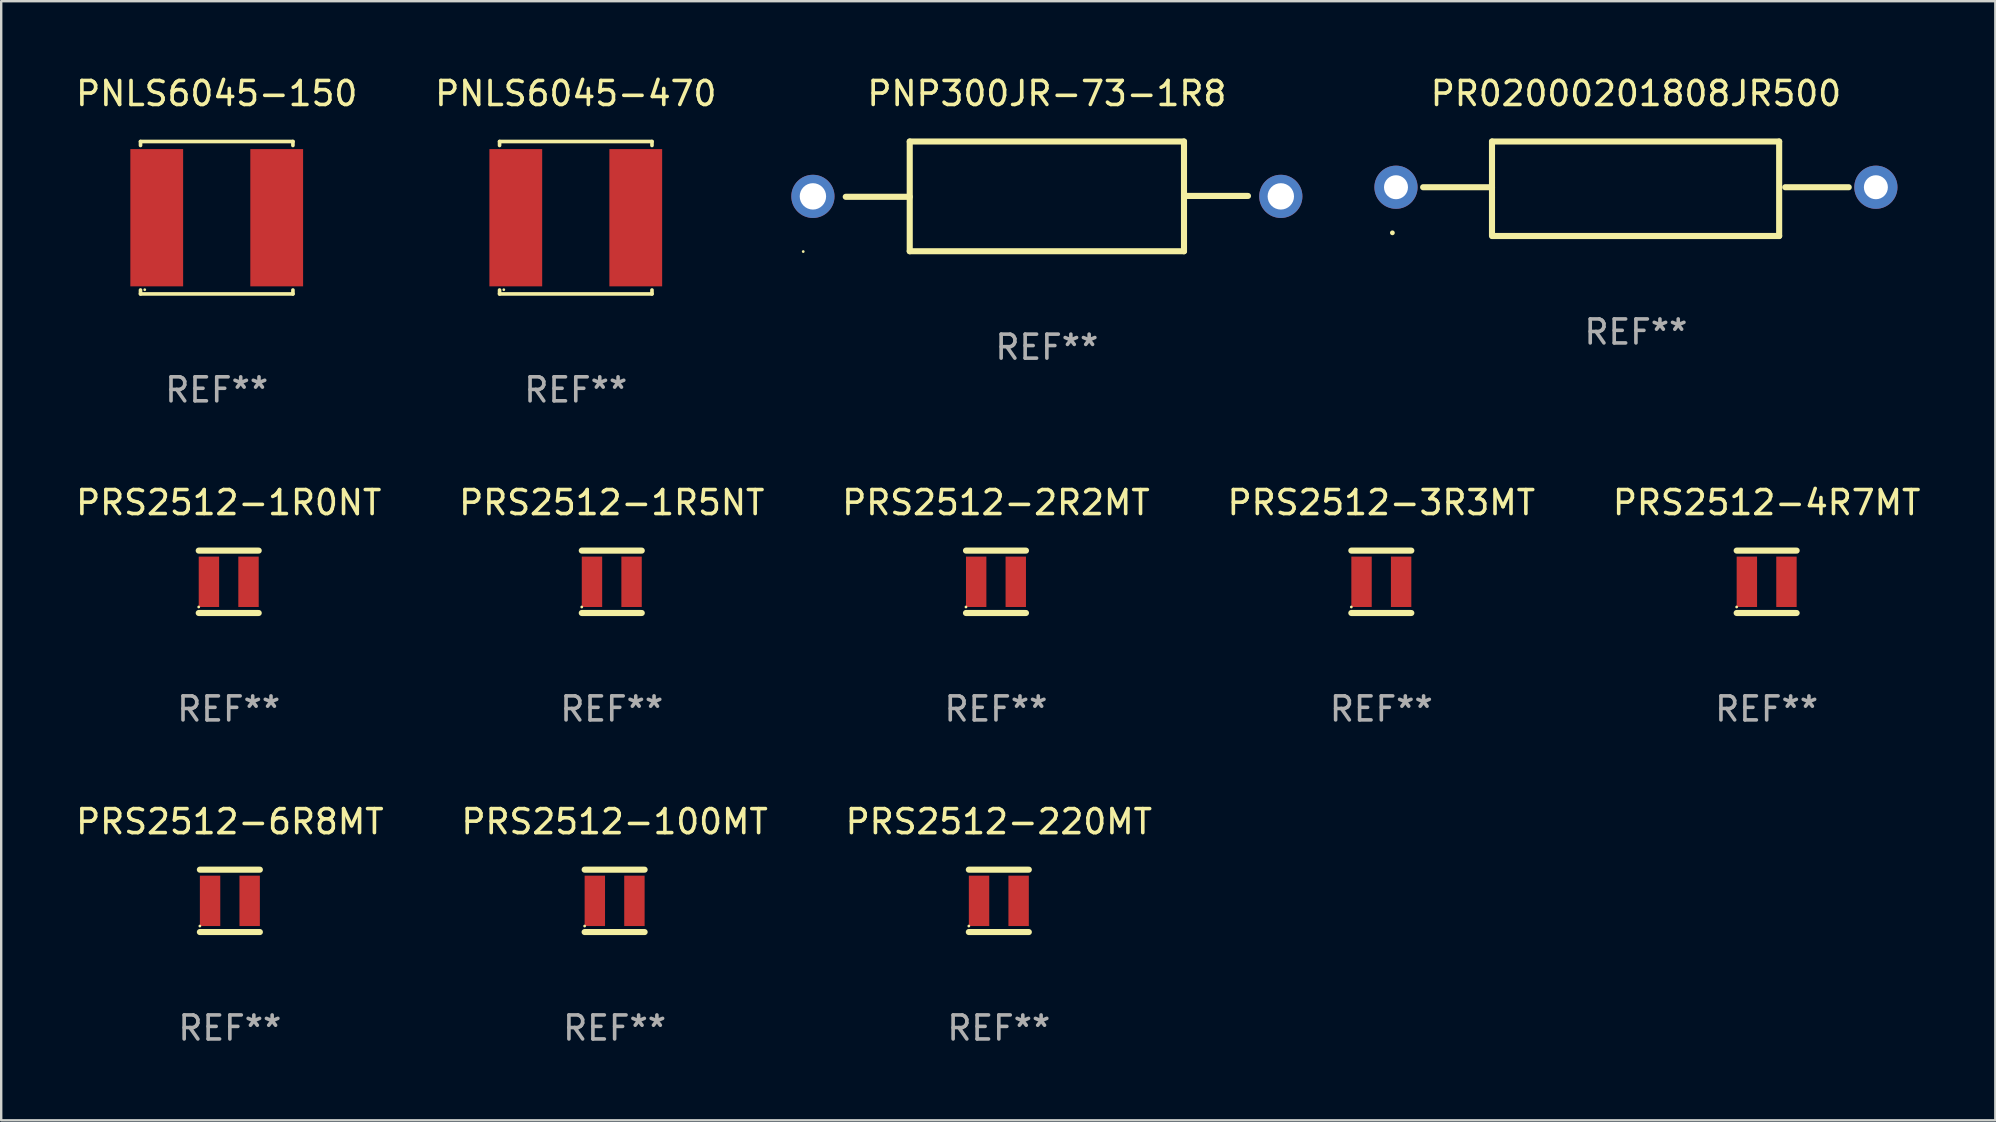
<source format=kicad_pcb>
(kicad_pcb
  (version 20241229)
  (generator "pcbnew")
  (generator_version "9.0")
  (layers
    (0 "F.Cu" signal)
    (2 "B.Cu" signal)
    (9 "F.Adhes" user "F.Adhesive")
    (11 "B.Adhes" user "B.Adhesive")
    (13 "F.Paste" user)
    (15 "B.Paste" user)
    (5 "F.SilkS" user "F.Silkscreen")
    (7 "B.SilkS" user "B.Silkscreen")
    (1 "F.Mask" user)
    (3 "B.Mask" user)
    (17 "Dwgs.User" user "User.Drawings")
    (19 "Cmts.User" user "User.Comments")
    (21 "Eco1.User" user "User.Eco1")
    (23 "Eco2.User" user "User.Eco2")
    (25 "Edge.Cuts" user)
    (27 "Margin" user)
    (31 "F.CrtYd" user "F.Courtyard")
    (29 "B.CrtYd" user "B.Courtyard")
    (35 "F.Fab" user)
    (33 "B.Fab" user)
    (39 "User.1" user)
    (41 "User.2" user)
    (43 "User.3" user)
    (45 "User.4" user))
  (footprint "PNP300JR-73-1R8"
    (layer "F.Cu")
    (at 40.579 5.134)
    (property "Reference" "PNP300JR-73-1R8" (at 0 -4.286 0) (layer "F.SilkS") (effects (font (size 1 1) (thickness 0.15))))
    (attr through_hole)
    (fp_line (start -5.715 -2.286) (end -5.715 2.286) (stroke (width 0.254) (type solid)) (layer "F.SilkS"))
    (fp_line (start -5.715 0.018) (end -8.382 0.018) (stroke (width 0.254) (type solid)) (layer "F.SilkS"))
    (fp_line (start -5.715 2.286) (end 5.715 2.286) (stroke (width 0.254) (type solid)) (layer "F.SilkS"))
    (fp_line (start 5.715 -2.286) (end -5.715 -2.286) (stroke (width 0.254) (type solid)) (layer "F.SilkS"))
    (fp_line (start 5.715 -0.018) (end 8.382 -0.018) (stroke (width 0.254) (type solid)) (layer "F.SilkS"))
    (fp_line (start 5.715 2.286) (end 5.715 -2.286) (stroke (width 0.254) (type solid)) (layer "F.SilkS"))
    (fp_circle (center -10.154 2.3) (end -10.124 2.3) (stroke (width 0.06) (type solid)) (fill no) (layer "F.SilkS"))
    (fp_text user "REF**" (at 0 6.286 0) (layer "F.Fab") (effects (font (size 1 1) (thickness 0.15))))
    (pad "1" thru_hole circle (at -9.75 0) (size 1.8 1.8) (drill 1.1) (layers "*.Cu" "*.Mask"))
    (pad "2" thru_hole circle (at 9.75 0) (size 1.8 1.8) (drill 1.1) (layers "*.Cu" "*.Mask")))
  (footprint "PNLS6045-470"
    (layer "F.Cu")
    (at 20.946 6.024)
    (property "Reference" "PNLS6045-470" (at 0 -5.176 0) (layer "F.SilkS") (effects (font (size 1 1) (thickness 0.15))))
    (attr through_hole)
    (fp_line (start -3.176 -3.176) (end 3.176 -3.176) (stroke (width 0.152) (type solid)) (layer "F.SilkS"))
    (fp_line (start -3.176 -3.012) (end -3.176 -3.176) (stroke (width 0.152) (type solid)) (layer "F.SilkS"))
    (fp_line (start -3.176 3.012) (end -3.176 3.176) (stroke (width 0.152) (type solid)) (layer "F.SilkS"))
    (fp_line (start -3.176 3.176) (end 3.176 3.176) (stroke (width 0.152) (type solid)) (layer "F.SilkS"))
    (fp_line (start 3.176 -3.176) (end 3.176 -3.012) (stroke (width 0.152) (type solid)) (layer "F.SilkS"))
    (fp_line (start 3.176 3.176) (end 3.176 3.012) (stroke (width 0.152) (type solid)) (layer "F.SilkS"))
    (fp_circle (center -3 3) (end -2.97 3) (stroke (width 0.06) (type solid)) (fill no) (layer "F.SilkS"))
    (fp_text user "REF**" (at 0 7.176 0) (layer "F.Fab") (effects (font (size 1 1) (thickness 0.15))))
    (pad "1" smd rect (at -2.5 0) (size 2.2 5.72) (layers "F.Cu" "F.Mask" "F.Paste"))
    (pad "2" smd rect (at 2.5 0) (size 2.2 5.72) (layers "F.Cu" "F.Mask" "F.Paste")))
  (footprint "PRS2512-2R2MT"
    (layer "F.Cu")
    (at 38.458 21.197)
    (property "Reference" "PRS2512-2R2MT" (at 0 -3.3 0) (layer "F.SilkS") (effects (font (size 1 1) (thickness 0.15))))
    (attr through_hole)
    (fp_line (start -1.25 -1.3) (end 1.25 -1.3) (stroke (width 0.254) (type solid)) (layer "F.SilkS"))
    (fp_line (start -1.25 1.3) (end 1.25 1.3) (stroke (width 0.254) (type solid)) (layer "F.SilkS"))
    (fp_circle (center -1.25 1.05) (end -1.22 1.05) (stroke (width 0.06) (type solid)) (fill no) (layer "F.SilkS"))
    (fp_text user "REF**" (at 0 5.3 0) (layer "F.Fab") (effects (font (size 1 1) (thickness 0.15))))
    (pad "1" smd rect (at -0.825 0 90) (size 2.1 0.85) (layers "F.Cu" "F.Mask" "F.Paste"))
    (pad "2" smd rect (at 0.825 0 90) (size 2.1 0.85) (layers "F.Cu" "F.Mask" "F.Paste")))
  (footprint "PRS2512-6R8MT"
    (layer "F.Cu")
    (at 6.53 34.494)
    (property "Reference" "PRS2512-6R8MT" (at 0 -3.3 0) (layer "F.SilkS") (effects (font (size 1 1) (thickness 0.15))))
    (attr through_hole)
    (fp_line (start -1.25 -1.3) (end 1.25 -1.3) (stroke (width 0.254) (type solid)) (layer "F.SilkS"))
    (fp_line (start -1.25 1.3) (end 1.25 1.3) (stroke (width 0.254) (type solid)) (layer "F.SilkS"))
    (fp_circle (center -1.25 1.05) (end -1.22 1.05) (stroke (width 0.06) (type solid)) (fill no) (layer "F.SilkS"))
    (fp_text user "REF**" (at 0 5.3 0) (layer "F.Fab") (effects (font (size 1 1) (thickness 0.15))))
    (pad "1" smd rect (at -0.825 0 90) (size 2.1 0.85) (layers "F.Cu" "F.Mask" "F.Paste"))
    (pad "2" smd rect (at 0.825 0 90) (size 2.1 0.85) (layers "F.Cu" "F.Mask" "F.Paste")))
  (footprint "PRS2512-3R3MT"
    (layer "F.Cu")
    (at 54.518 21.197)
    (property "Reference" "PRS2512-3R3MT" (at 0 -3.3 0) (layer "F.SilkS") (effects (font (size 1 1) (thickness 0.15))))
    (attr through_hole)
    (fp_line (start -1.25 -1.3) (end 1.25 -1.3) (stroke (width 0.254) (type solid)) (layer "F.SilkS"))
    (fp_line (start -1.25 1.3) (end 1.25 1.3) (stroke (width 0.254) (type solid)) (layer "F.SilkS"))
    (fp_circle (center -1.25 1.05) (end -1.22 1.05) (stroke (width 0.06) (type solid)) (fill no) (layer "F.SilkS"))
    (fp_text user "REF**" (at 0 5.3 0) (layer "F.Fab") (effects (font (size 1 1) (thickness 0.15))))
    (pad "1" smd rect (at -0.825 0 90) (size 2.1 0.85) (layers "F.Cu" "F.Mask" "F.Paste"))
    (pad "2" smd rect (at 0.825 0 90) (size 2.1 0.85) (layers "F.Cu" "F.Mask" "F.Paste")))
  (footprint "PRS2512-220MT"
    (layer "F.Cu")
    (at 38.577 34.494)
    (property "Reference" "PRS2512-220MT" (at 0 -3.3 0) (layer "F.SilkS") (effects (font (size 1 1) (thickness 0.15))))
    (attr through_hole)
    (fp_line (start -1.25 -1.3) (end 1.25 -1.3) (stroke (width 0.254) (type solid)) (layer "F.SilkS"))
    (fp_line (start -1.25 1.3) (end 1.25 1.3) (stroke (width 0.254) (type solid)) (layer "F.SilkS"))
    (fp_circle (center -1.25 1.05) (end -1.22 1.05) (stroke (width 0.06) (type solid)) (fill no) (layer "F.SilkS"))
    (fp_text user "REF**" (at 0 5.3 0) (layer "F.Fab") (effects (font (size 1 1) (thickness 0.15))))
    (pad "1" smd rect (at -0.825 0 90) (size 2.1 0.85) (layers "F.Cu" "F.Mask" "F.Paste"))
    (pad "2" smd rect (at 0.825 0 90) (size 2.1 0.85) (layers "F.Cu" "F.Mask" "F.Paste")))
  (footprint "PR02000201808JR500"
    (layer "F.Cu")
    (at 65.129 4.817)
    (property "Reference" "PR02000201808JR500" (at 0 -3.969 0) (layer "F.SilkS") (effects (font (size 1 1) (thickness 0.15))))
    (attr through_hole)
    (fp_line (start -5.999 -1.969) (end 5.969 -1.969) (stroke (width 0.254) (type solid)) (layer "F.SilkS"))
    (fp_line (start -5.999 -0.064) (end -8.869 -0.064) (stroke (width 0.254) (type solid)) (layer "F.SilkS"))
    (fp_line (start -5.999 -0.064) (end -5.999 -1.969) (stroke (width 0.254) (type solid)) (layer "F.SilkS"))
    (fp_line (start -5.999 -0.064) (end -5.999 1.969) (stroke (width 0.254) (type solid)) (layer "F.SilkS"))
    (fp_line (start 5.969 -1.969) (end 5.969 1.969) (stroke (width 0.254) (type solid)) (layer "F.SilkS"))
    (fp_line (start 5.969 1.969) (end -5.969 1.969) (stroke (width 0.254) (type solid)) (layer "F.SilkS"))
    (fp_line (start 6.223 -0.064) (end 8.869 -0.064) (stroke (width 0.254) (type solid)) (layer "F.SilkS"))
    (fp_circle (center -10.15 1.836) (end -10.1 1.836) (stroke (width 0.1) (type solid)) (fill no) (layer "F.SilkS"))
    (fp_text user "REF**" (at 0 5.969 0) (layer "F.Fab") (effects (font (size 1 1) (thickness 0.15))))
    (pad "1" thru_hole circle (at -10 -0.064) (size 1.8 1.8) (drill 1) (layers "*.Cu" "*.Mask"))
    (pad "2" thru_hole circle (at 10 -0.064) (size 1.8 1.8) (drill 1) (layers "*.Cu" "*.Mask")))
  (footprint "PRS2512-100MT"
    (layer "F.Cu")
    (at 22.565 34.494)
    (property "Reference" "PRS2512-100MT" (at 0 -3.3 0) (layer "F.SilkS") (effects (font (size 1 1) (thickness 0.15))))
    (attr through_hole)
    (fp_line (start -1.25 -1.3) (end 1.25 -1.3) (stroke (width 0.254) (type solid)) (layer "F.SilkS"))
    (fp_line (start -1.25 1.3) (end 1.25 1.3) (stroke (width 0.254) (type solid)) (layer "F.SilkS"))
    (fp_circle (center -1.25 1.05) (end -1.22 1.05) (stroke (width 0.06) (type solid)) (fill no) (layer "F.SilkS"))
    (fp_text user "REF**" (at 0 5.3 0) (layer "F.Fab") (effects (font (size 1 1) (thickness 0.15))))
    (pad "1" smd rect (at -0.825 0 90) (size 2.1 0.85) (layers "F.Cu" "F.Mask" "F.Paste"))
    (pad "2" smd rect (at 0.825 0 90) (size 2.1 0.85) (layers "F.Cu" "F.Mask" "F.Paste")))
  (footprint "PNLS6045-150"
    (layer "F.Cu")
    (at 5.982 6.024)
    (property "Reference" "PNLS6045-150" (at 0 -5.176 0) (layer "F.SilkS") (effects (font (size 1 1) (thickness 0.15))))
    (attr through_hole)
    (fp_line (start -3.176 -3.176) (end 3.176 -3.176) (stroke (width 0.152) (type solid)) (layer "F.SilkS"))
    (fp_line (start -3.176 -3.012) (end -3.176 -3.176) (stroke (width 0.152) (type solid)) (layer "F.SilkS"))
    (fp_line (start -3.176 3.012) (end -3.176 3.176) (stroke (width 0.152) (type solid)) (layer "F.SilkS"))
    (fp_line (start -3.176 3.176) (end 3.176 3.176) (stroke (width 0.152) (type solid)) (layer "F.SilkS"))
    (fp_line (start 3.176 -3.176) (end 3.176 -3.012) (stroke (width 0.152) (type solid)) (layer "F.SilkS"))
    (fp_line (start 3.176 3.176) (end 3.176 3.012) (stroke (width 0.152) (type solid)) (layer "F.SilkS"))
    (fp_circle (center -3 3) (end -2.97 3) (stroke (width 0.06) (type solid)) (fill no) (layer "F.SilkS"))
    (fp_text user "REF**" (at 0 7.176 0) (layer "F.Fab") (effects (font (size 1 1) (thickness 0.15))))
    (pad "1" smd rect (at -2.5 0) (size 2.2 5.72) (layers "F.Cu" "F.Mask" "F.Paste"))
    (pad "2" smd rect (at 2.5 0) (size 2.2 5.72) (layers "F.Cu" "F.Mask" "F.Paste")))
  (footprint "PRS2512-4R7MT"
    (layer "F.Cu")
    (at 70.577 21.197)
    (property "Reference" "PRS2512-4R7MT" (at 0 -3.3 0) (layer "F.SilkS") (effects (font (size 1 1) (thickness 0.15))))
    (attr through_hole)
    (fp_line (start -1.25 -1.3) (end 1.25 -1.3) (stroke (width 0.254) (type solid)) (layer "F.SilkS"))
    (fp_line (start -1.25 1.3) (end 1.25 1.3) (stroke (width 0.254) (type solid)) (layer "F.SilkS"))
    (fp_circle (center -1.25 1.05) (end -1.22 1.05) (stroke (width 0.06) (type solid)) (fill no) (layer "F.SilkS"))
    (fp_text user "REF**" (at 0 5.3 0) (layer "F.Fab") (effects (font (size 1 1) (thickness 0.15))))
    (pad "1" smd rect (at -0.825 0 90) (size 2.1 0.85) (layers "F.Cu" "F.Mask" "F.Paste"))
    (pad "2" smd rect (at 0.825 0 90) (size 2.1 0.85) (layers "F.Cu" "F.Mask" "F.Paste")))
  (footprint "PRS2512-1R5NT"
    (layer "F.Cu")
    (at 22.446 21.197)
    (property "Reference" "PRS2512-1R5NT" (at 0 -3.3 0) (layer "F.SilkS") (effects (font (size 1 1) (thickness 0.15))))
    (attr through_hole)
    (fp_line (start -1.25 -1.3) (end 1.25 -1.3) (stroke (width 0.254) (type solid)) (layer "F.SilkS"))
    (fp_line (start -1.25 1.3) (end 1.25 1.3) (stroke (width 0.254) (type solid)) (layer "F.SilkS"))
    (fp_circle (center -1.25 1.05) (end -1.22 1.05) (stroke (width 0.06) (type solid)) (fill no) (layer "F.SilkS"))
    (fp_text user "REF**" (at 0 5.3 0) (layer "F.Fab") (effects (font (size 1 1) (thickness 0.15))))
    (pad "1" smd rect (at -0.825 0 90) (size 2.1 0.85) (layers "F.Cu" "F.Mask" "F.Paste"))
    (pad "2" smd rect (at 0.825 0 90) (size 2.1 0.85) (layers "F.Cu" "F.Mask" "F.Paste")))
  (footprint "PRS2512-1R0NT"
    (layer "F.Cu")
    (at 6.482 21.197)
    (property "Reference" "PRS2512-1R0NT" (at 0 -3.3 0) (layer "F.SilkS") (effects (font (size 1 1) (thickness 0.15))))
    (attr through_hole)
    (fp_line (start -1.25 -1.3) (end 1.25 -1.3) (stroke (width 0.254) (type solid)) (layer "F.SilkS"))
    (fp_line (start -1.25 1.3) (end 1.25 1.3) (stroke (width 0.254) (type solid)) (layer "F.SilkS"))
    (fp_circle (center -1.25 1.05) (end -1.22 1.05) (stroke (width 0.06) (type solid)) (fill no) (layer "F.SilkS"))
    (fp_text user "REF**" (at 0 5.3 0) (layer "F.Fab") (effects (font (size 1 1) (thickness 0.15))))
    (pad "1" smd rect (at -0.825 0 90) (size 2.1 0.85) (layers "F.Cu" "F.Mask" "F.Paste"))
    (pad "2" smd rect (at 0.825 0 90) (size 2.1 0.85) (layers "F.Cu" "F.Mask" "F.Paste")))
  (gr_rect
    (start -3 -3)
    (end 80.107 43.642)
    (stroke (width 0.1) (type default))
    (fill no)
    (layer "Edge.Cuts")))
</source>
